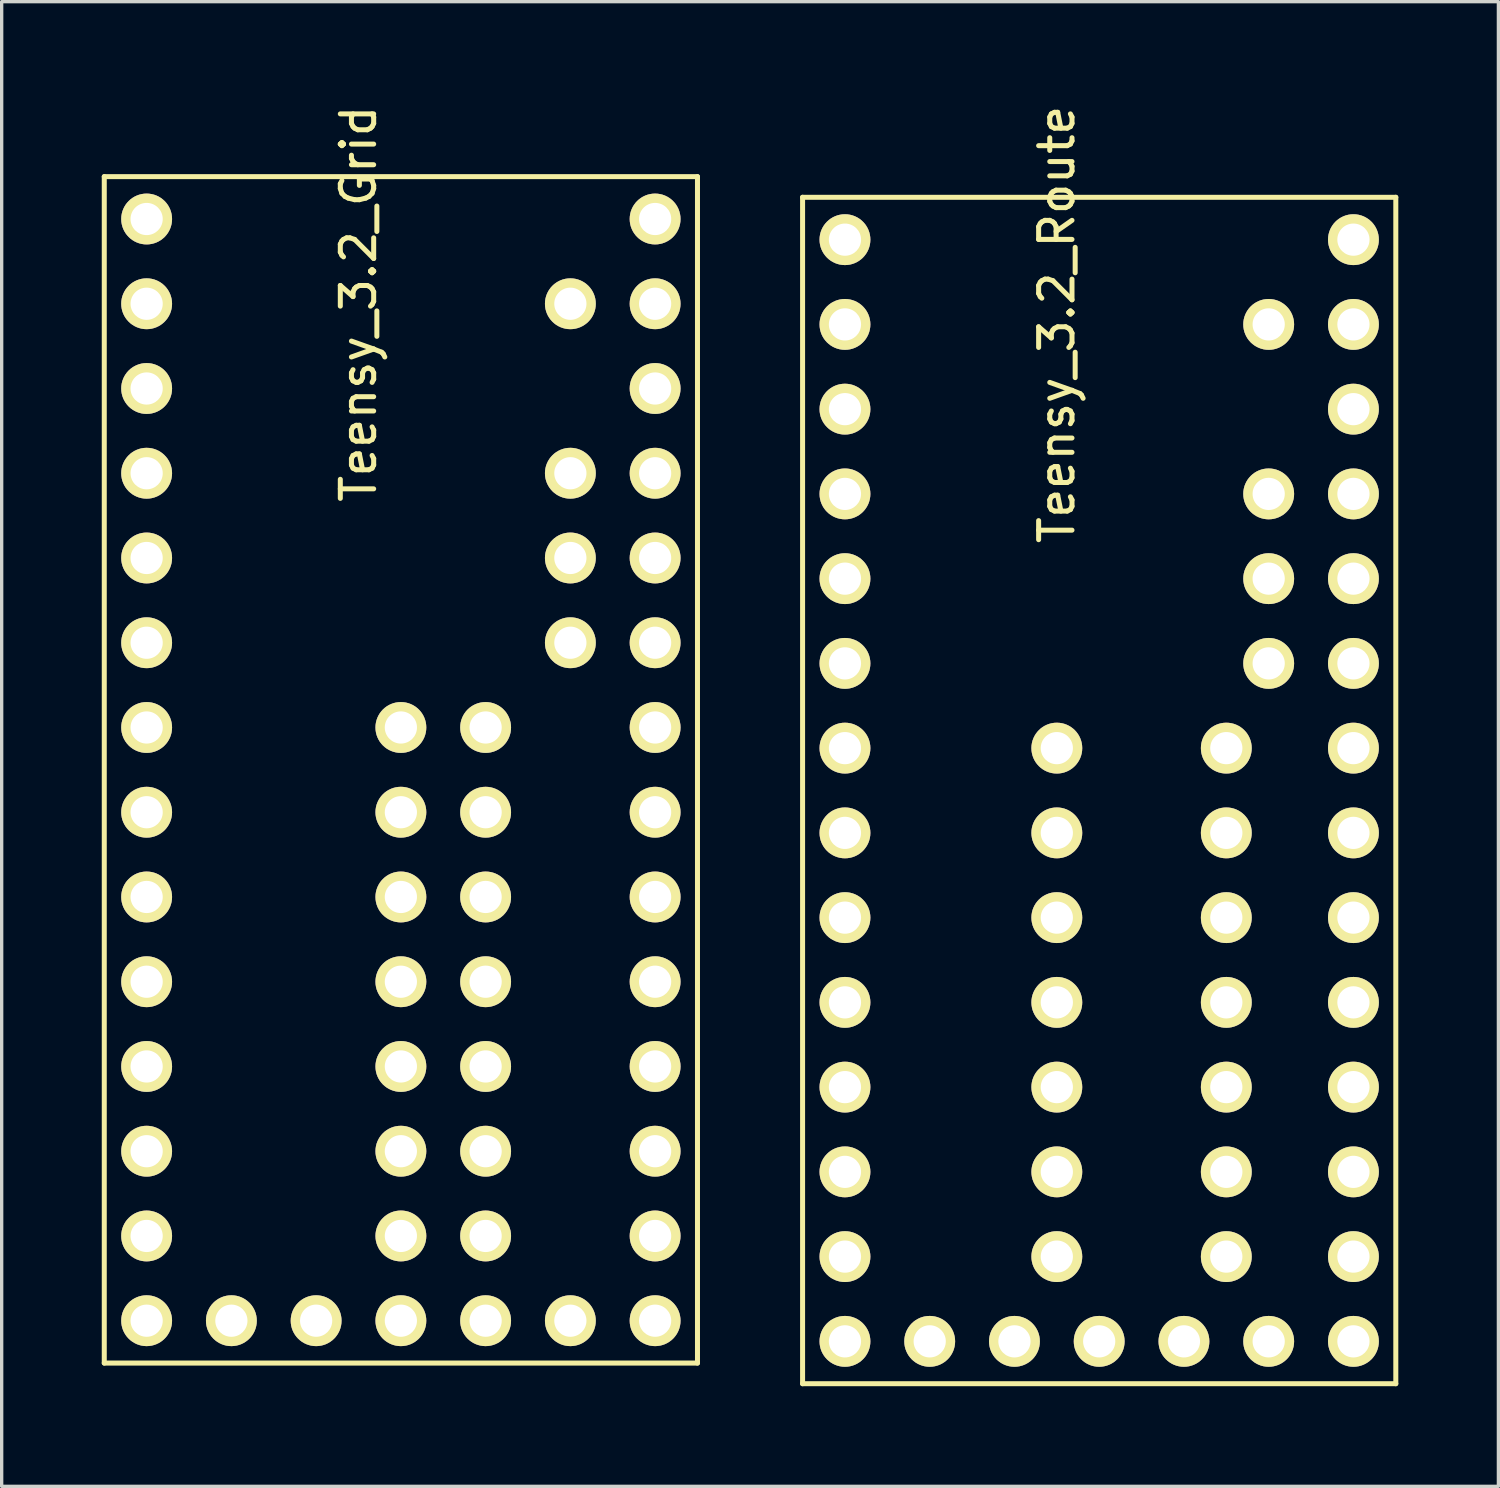
<source format=kicad_pcb>
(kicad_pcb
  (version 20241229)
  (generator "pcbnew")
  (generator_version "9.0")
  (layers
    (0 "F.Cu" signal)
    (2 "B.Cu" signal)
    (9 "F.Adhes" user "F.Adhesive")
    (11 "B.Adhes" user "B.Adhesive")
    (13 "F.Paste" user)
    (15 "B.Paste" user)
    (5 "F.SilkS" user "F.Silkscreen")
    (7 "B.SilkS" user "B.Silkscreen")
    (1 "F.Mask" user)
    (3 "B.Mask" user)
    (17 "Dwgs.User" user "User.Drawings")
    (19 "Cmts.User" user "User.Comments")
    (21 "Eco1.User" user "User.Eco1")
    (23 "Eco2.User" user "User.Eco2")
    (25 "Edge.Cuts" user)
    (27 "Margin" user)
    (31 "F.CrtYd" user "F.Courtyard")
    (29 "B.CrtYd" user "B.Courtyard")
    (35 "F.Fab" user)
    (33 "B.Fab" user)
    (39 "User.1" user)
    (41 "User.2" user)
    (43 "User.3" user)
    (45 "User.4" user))
  (footprint "Teensy_3.2_Route"
    (layer "F.Cu")
    (at 29.895 20.643)
    (property "Reference" "Teensy_3.2_Route" (at -1.27 -13.97 90) (layer "F.SilkS") (effects (font (size 1 1) (thickness 0.15))))
    (attr through_hole)
    (fp_line (start -8.89 -17.78) (end -8.89 17.78) (stroke (width 0.15) (type solid)) (layer "F.SilkS"))
    (fp_line (start -8.89 17.78) (end 8.89 17.78) (stroke (width 0.15) (type solid)) (layer "F.SilkS"))
    (fp_line (start 8.89 -17.78) (end -8.89 -17.78) (stroke (width 0.15) (type solid)) (layer "F.SilkS"))
    (fp_line (start 8.89 17.78) (end 8.89 -17.78) (stroke (width 0.15) (type solid)) (layer "F.SilkS"))
    (pad "0" thru_hole circle (at -7.62 -13.97) (size 1.524 1.524) (drill 0.965) (layers "*.Cu" "*.Mask" "F.SilkS"))
    (pad "1" thru_hole circle (at -7.62 -11.43) (size 1.524 1.524) (drill 0.965) (layers "*.Cu" "*.Mask" "F.SilkS"))
    (pad "2" thru_hole circle (at -7.62 -8.89) (size 1.524 1.524) (drill 0.965) (layers "*.Cu" "*.Mask" "F.SilkS"))
    (pad "3" thru_hole circle (at -7.62 -6.35) (size 1.524 1.524) (drill 0.965) (layers "*.Cu" "*.Mask" "F.SilkS"))
    (pad "4" thru_hole circle (at -7.62 -3.81) (size 1.524 1.524) (drill 0.965) (layers "*.Cu" "*.Mask" "F.SilkS"))
    (pad "5" thru_hole circle (at -7.62 -1.27) (size 1.524 1.524) (drill 0.965) (layers "*.Cu" "*.Mask" "F.SilkS"))
    (pad "6" thru_hole circle (at -7.62 1.27) (size 1.524 1.524) (drill 0.965) (layers "*.Cu" "*.Mask" "F.SilkS"))
    (pad "7" thru_hole circle (at -7.62 3.81) (size 1.524 1.524) (drill 0.965) (layers "*.Cu" "*.Mask" "F.SilkS"))
    (pad "8" thru_hole circle (at -7.62 6.35) (size 1.524 1.524) (drill 0.965) (layers "*.Cu" "*.Mask" "F.SilkS"))
    (pad "9" thru_hole circle (at -7.62 8.89) (size 1.524 1.524) (drill 0.965) (layers "*.Cu" "*.Mask" "F.SilkS"))
    (pad "10" thru_hole circle (at -7.62 11.43) (size 1.524 1.524) (drill 0.965) (layers "*.Cu" "*.Mask" "F.SilkS"))
    (pad "11" thru_hole circle (at -7.62 13.97) (size 1.524 1.524) (drill 0.965) (layers "*.Cu" "*.Mask" "F.SilkS"))
    (pad "12" thru_hole circle (at -7.62 16.51) (size 1.524 1.524) (drill 0.965) (layers "*.Cu" "*.Mask" "F.SilkS"))
    (pad "13" thru_hole circle (at 7.62 16.51) (size 1.524 1.524) (drill 0.965) (layers "*.Cu" "*.Mask" "F.SilkS"))
    (pad "14" thru_hole circle (at 7.62 13.97) (size 1.524 1.524) (drill 0.965) (layers "*.Cu" "*.Mask" "F.SilkS"))
    (pad "15" thru_hole circle (at 7.62 11.43) (size 1.524 1.524) (drill 0.965) (layers "*.Cu" "*.Mask" "F.SilkS"))
    (pad "16" thru_hole circle (at 7.62 8.89) (size 1.524 1.524) (drill 0.965) (layers "*.Cu" "*.Mask" "F.SilkS"))
    (pad "17" thru_hole circle (at 7.62 6.35) (size 1.524 1.524) (drill 0.965) (layers "*.Cu" "*.Mask" "F.SilkS"))
    (pad "18" thru_hole circle (at 7.62 3.81) (size 1.524 1.524) (drill 0.965) (layers "*.Cu" "*.Mask" "F.SilkS"))
    (pad "19" thru_hole circle (at 7.62 1.27) (size 1.524 1.524) (drill 0.965) (layers "*.Cu" "*.Mask" "F.SilkS"))
    (pad "20" thru_hole circle (at 7.62 -1.27) (size 1.524 1.524) (drill 0.965) (layers "*.Cu" "*.Mask" "F.SilkS"))
    (pad "21" thru_hole circle (at 7.62 -3.81) (size 1.524 1.524) (drill 0.965) (layers "*.Cu" "*.Mask" "F.SilkS"))
    (pad "22" thru_hole circle (at 7.62 -6.35) (size 1.524 1.524) (drill 0.965) (layers "*.Cu" "*.Mask" "F.SilkS"))
    (pad "23" thru_hole circle (at 7.62 -8.89) (size 1.524 1.524) (drill 0.965) (layers "*.Cu" "*.Mask" "F.SilkS"))
    (pad "24" thru_hole circle (at -1.27 3.81) (size 1.524 1.524) (drill 0.965) (layers "*.Cu" "*.Mask" "F.SilkS"))
    (pad "25" thru_hole circle (at -1.27 6.35) (size 1.524 1.524) (drill 0.965) (layers "*.Cu" "*.Mask" "F.SilkS"))
    (pad "26" thru_hole circle (at -1.27 8.89) (size 1.524 1.524) (drill 0.965) (layers "*.Cu" "*.Mask" "F.SilkS"))
    (pad "27" thru_hole circle (at -1.27 11.43) (size 1.524 1.524) (drill 0.965) (layers "*.Cu" "*.Mask" "F.SilkS"))
    (pad "28" thru_hole circle (at -1.27 13.97) (size 1.524 1.524) (drill 0.965) (layers "*.Cu" "*.Mask" "F.SilkS"))
    (pad "29" thru_hole circle (at 3.81 13.97) (size 1.524 1.524) (drill 0.965) (layers "*.Cu" "*.Mask" "F.SilkS"))
    (pad "30" thru_hole circle (at 3.81 11.43) (size 1.524 1.524) (drill 0.965) (layers "*.Cu" "*.Mask" "F.SilkS"))
    (pad "31" thru_hole circle (at 3.81 8.89) (size 1.524 1.524) (drill 0.965) (layers "*.Cu" "*.Mask" "F.SilkS"))
    (pad "32" thru_hole circle (at 3.81 6.35) (size 1.524 1.524) (drill 0.965) (layers "*.Cu" "*.Mask" "F.SilkS"))
    (pad "33" thru_hole circle (at 3.81 3.81) (size 1.524 1.524) (drill 0.965) (layers "*.Cu" "*.Mask" "F.SilkS"))
    (pad "34" thru_hole circle (at 7.62 -16.51) (size 1.524 1.524) (drill 0.965) (layers "*.Cu" "*.Mask" "F.SilkS"))
    (pad "35" thru_hole circle (at 7.62 -13.97) (size 1.524 1.524) (drill 0.965) (layers "*.Cu" "*.Mask" "F.SilkS"))
    (pad "36" thru_hole circle (at 7.62 -11.43) (size 1.524 1.524) (drill 0.965) (layers "*.Cu" "*.Mask" "F.SilkS"))
    (pad "37" thru_hole circle (at 5.08 16.51) (size 1.524 1.524) (drill 0.965) (layers "*.Cu" "*.Mask" "F.SilkS"))
    (pad "38" thru_hole circle (at 2.54 16.51) (size 1.524 1.524) (drill 0.965) (layers "*.Cu" "*.Mask" "F.SilkS"))
    (pad "39" thru_hole circle (at 0 16.51) (size 1.524 1.524) (drill 0.965) (layers "*.Cu" "*.Mask" "F.SilkS"))
    (pad "40" thru_hole circle (at -2.54 16.51) (size 1.524 1.524) (drill 0.965) (layers "*.Cu" "*.Mask" "F.SilkS"))
    (pad "41" thru_hole circle (at -5.08 16.51) (size 1.524 1.524) (drill 0.965) (layers "*.Cu" "*.Mask" "F.SilkS"))
    (pad "42" thru_hole circle (at -7.62 -16.51) (size 1.524 1.524) (drill 0.965) (layers "*.Cu" "*.Mask" "F.SilkS"))
    (pad "43" thru_hole circle (at 3.81 1.27) (size 1.524 1.524) (drill 0.965) (layers "*.Cu" "*.Mask" "F.SilkS"))
    (pad "44" thru_hole circle (at 5.08 -6.35) (size 1.524 1.524) (drill 0.965) (layers "*.Cu" "*.Mask" "F.SilkS"))
    (pad "45" thru_hole circle (at 5.08 -3.81) (size 1.524 1.524) (drill 0.965) (layers "*.Cu" "*.Mask" "F.SilkS"))
    (pad "46" thru_hole circle (at -1.27 -1.27) (size 1.524 1.524) (drill 0.965) (layers "*.Cu" "*.Mask" "F.SilkS"))
    (pad "47" thru_hole circle (at 3.81 -1.27) (size 1.524 1.524) (drill 0.965) (layers "*.Cu" "*.Mask" "F.SilkS"))
    (pad "48" thru_hole circle (at 5.08 -8.89) (size 1.524 1.524) (drill 0.965) (layers "*.Cu" "*.Mask" "F.SilkS"))
    (pad "49" thru_hole circle (at 5.08 -13.97) (size 1.524 1.524) (drill 0.965) (layers "*.Cu" "*.Mask" "F.SilkS"))
    (pad "50" thru_hole circle (at -1.27 1.27) (size 1.524 1.524) (drill 0.965) (layers "*.Cu" "*.Mask" "F.SilkS")))
  (footprint "Teensy_3.2_Grid"
    (layer "F.Cu")
    (at 8.965 20.024)
    (property "Reference" "Teensy_3.2_Grid" (at -1.27 -13.97 90) (layer "F.SilkS") (effects (font (size 1 1) (thickness 0.15))))
    (attr through_hole)
    (fp_line (start -8.89 -17.78) (end -8.89 17.78) (stroke (width 0.15) (type solid)) (layer "F.SilkS"))
    (fp_line (start -8.89 17.78) (end 8.89 17.78) (stroke (width 0.15) (type solid)) (layer "F.SilkS"))
    (fp_line (start 8.89 -17.78) (end -8.89 -17.78) (stroke (width 0.15) (type solid)) (layer "F.SilkS"))
    (fp_line (start 8.89 17.78) (end 8.89 -17.78) (stroke (width 0.15) (type solid)) (layer "F.SilkS"))
    (pad "0" thru_hole circle (at -7.62 -13.97) (size 1.524 1.524) (drill 0.965) (layers "*.Cu" "*.Mask" "F.SilkS"))
    (pad "1" thru_hole circle (at -7.62 -11.43) (size 1.524 1.524) (drill 0.965) (layers "*.Cu" "*.Mask" "F.SilkS"))
    (pad "2" thru_hole circle (at -7.62 -8.89) (size 1.524 1.524) (drill 0.965) (layers "*.Cu" "*.Mask" "F.SilkS"))
    (pad "3" thru_hole circle (at -7.62 -6.35) (size 1.524 1.524) (drill 0.965) (layers "*.Cu" "*.Mask" "F.SilkS"))
    (pad "4" thru_hole circle (at -7.62 -3.81) (size 1.524 1.524) (drill 0.965) (layers "*.Cu" "*.Mask" "F.SilkS"))
    (pad "5" thru_hole circle (at -7.62 -1.27) (size 1.524 1.524) (drill 0.965) (layers "*.Cu" "*.Mask" "F.SilkS"))
    (pad "6" thru_hole circle (at -7.62 1.27) (size 1.524 1.524) (drill 0.965) (layers "*.Cu" "*.Mask" "F.SilkS"))
    (pad "7" thru_hole circle (at -7.62 3.81) (size 1.524 1.524) (drill 0.965) (layers "*.Cu" "*.Mask" "F.SilkS"))
    (pad "8" thru_hole circle (at -7.62 6.35) (size 1.524 1.524) (drill 0.965) (layers "*.Cu" "*.Mask" "F.SilkS"))
    (pad "9" thru_hole circle (at -7.62 8.89) (size 1.524 1.524) (drill 0.965) (layers "*.Cu" "*.Mask" "F.SilkS"))
    (pad "10" thru_hole circle (at -7.62 11.43) (size 1.524 1.524) (drill 0.965) (layers "*.Cu" "*.Mask" "F.SilkS"))
    (pad "11" thru_hole circle (at -7.62 13.97) (size 1.524 1.524) (drill 0.965) (layers "*.Cu" "*.Mask" "F.SilkS"))
    (pad "12" thru_hole circle (at -7.62 16.51) (size 1.524 1.524) (drill 0.965) (layers "*.Cu" "*.Mask" "F.SilkS"))
    (pad "13" thru_hole circle (at 7.62 16.51) (size 1.524 1.524) (drill 0.965) (layers "*.Cu" "*.Mask" "F.SilkS"))
    (pad "14" thru_hole circle (at 7.62 13.97) (size 1.524 1.524) (drill 0.965) (layers "*.Cu" "*.Mask" "F.SilkS"))
    (pad "15" thru_hole circle (at 7.62 11.43) (size 1.524 1.524) (drill 0.965) (layers "*.Cu" "*.Mask" "F.SilkS"))
    (pad "16" thru_hole circle (at 7.62 8.89) (size 1.524 1.524) (drill 0.965) (layers "*.Cu" "*.Mask" "F.SilkS"))
    (pad "17" thru_hole circle (at 7.62 6.35) (size 1.524 1.524) (drill 0.965) (layers "*.Cu" "*.Mask" "F.SilkS"))
    (pad "18" thru_hole circle (at 7.62 3.81) (size 1.524 1.524) (drill 0.965) (layers "*.Cu" "*.Mask" "F.SilkS"))
    (pad "19" thru_hole circle (at 7.62 1.27) (size 1.524 1.524) (drill 0.965) (layers "*.Cu" "*.Mask" "F.SilkS"))
    (pad "20" thru_hole circle (at 7.62 -1.27) (size 1.524 1.524) (drill 0.965) (layers "*.Cu" "*.Mask" "F.SilkS"))
    (pad "21" thru_hole circle (at 7.62 -3.81) (size 1.524 1.524) (drill 0.965) (layers "*.Cu" "*.Mask" "F.SilkS"))
    (pad "22" thru_hole circle (at 7.62 -6.35) (size 1.524 1.524) (drill 0.965) (layers "*.Cu" "*.Mask" "F.SilkS"))
    (pad "23" thru_hole circle (at 7.62 -8.89) (size 1.524 1.524) (drill 0.965) (layers "*.Cu" "*.Mask" "F.SilkS"))
    (pad "24" thru_hole circle (at 0 3.81) (size 1.524 1.524) (drill 0.965) (layers "*.Cu" "*.Mask" "F.SilkS"))
    (pad "25" thru_hole circle (at 0 6.35) (size 1.524 1.524) (drill 0.965) (layers "*.Cu" "*.Mask" "F.SilkS"))
    (pad "26" thru_hole circle (at 0 8.89) (size 1.524 1.524) (drill 0.965) (layers "*.Cu" "*.Mask" "F.SilkS"))
    (pad "27" thru_hole circle (at 0 11.43) (size 1.524 1.524) (drill 0.965) (layers "*.Cu" "*.Mask" "F.SilkS"))
    (pad "28" thru_hole circle (at 0 13.97) (size 1.524 1.524) (drill 0.965) (layers "*.Cu" "*.Mask" "F.SilkS"))
    (pad "29" thru_hole circle (at 2.54 13.97) (size 1.524 1.524) (drill 0.965) (layers "*.Cu" "*.Mask" "F.SilkS"))
    (pad "30" thru_hole circle (at 2.54 11.43) (size 1.524 1.524) (drill 0.965) (layers "*.Cu" "*.Mask" "F.SilkS"))
    (pad "31" thru_hole circle (at 2.54 8.89) (size 1.524 1.524) (drill 0.965) (layers "*.Cu" "*.Mask" "F.SilkS"))
    (pad "32" thru_hole circle (at 2.54 6.35) (size 1.524 1.524) (drill 0.965) (layers "*.Cu" "*.Mask" "F.SilkS"))
    (pad "33" thru_hole circle (at 2.54 3.81) (size 1.524 1.524) (drill 0.965) (layers "*.Cu" "*.Mask" "F.SilkS"))
    (pad "34" thru_hole circle (at 7.62 -16.51) (size 1.524 1.524) (drill 0.965) (layers "*.Cu" "*.Mask" "F.SilkS"))
    (pad "35" thru_hole circle (at 7.62 -13.97) (size 1.524 1.524) (drill 0.965) (layers "*.Cu" "*.Mask" "F.SilkS"))
    (pad "36" thru_hole circle (at 7.62 -11.43) (size 1.524 1.524) (drill 0.965) (layers "*.Cu" "*.Mask" "F.SilkS"))
    (pad "37" thru_hole circle (at 5.08 16.51) (size 1.524 1.524) (drill 0.965) (layers "*.Cu" "*.Mask" "F.SilkS"))
    (pad "38" thru_hole circle (at 2.54 16.51) (size 1.524 1.524) (drill 0.965) (layers "*.Cu" "*.Mask" "F.SilkS"))
    (pad "39" thru_hole circle (at 0 16.51) (size 1.524 1.524) (drill 0.965) (layers "*.Cu" "*.Mask" "F.SilkS"))
    (pad "40" thru_hole circle (at -2.54 16.51) (size 1.524 1.524) (drill 0.965) (layers "*.Cu" "*.Mask" "F.SilkS"))
    (pad "41" thru_hole circle (at -5.08 16.51) (size 1.524 1.524) (drill 0.965) (layers "*.Cu" "*.Mask" "F.SilkS"))
    (pad "42" thru_hole circle (at -7.62 -16.51) (size 1.524 1.524) (drill 0.965) (layers "*.Cu" "*.Mask" "F.SilkS"))
    (pad "43" thru_hole circle (at 2.54 1.27) (size 1.524 1.524) (drill 0.965) (layers "*.Cu" "*.Mask" "F.SilkS"))
    (pad "44" thru_hole circle (at 5.08 -6.35) (size 1.524 1.524) (drill 0.965) (layers "*.Cu" "*.Mask" "F.SilkS"))
    (pad "45" thru_hole circle (at 5.08 -3.81) (size 1.524 1.524) (drill 0.965) (layers "*.Cu" "*.Mask" "F.SilkS"))
    (pad "46" thru_hole circle (at 0 -1.27) (size 1.524 1.524) (drill 0.965) (layers "*.Cu" "*.Mask" "F.SilkS"))
    (pad "47" thru_hole circle (at 2.54 -1.27) (size 1.524 1.524) (drill 0.965) (layers "*.Cu" "*.Mask" "F.SilkS"))
    (pad "48" thru_hole circle (at 5.08 -8.89) (size 1.524 1.524) (drill 0.965) (layers "*.Cu" "*.Mask" "F.SilkS"))
    (pad "49" thru_hole circle (at 5.08 -13.97) (size 1.524 1.524) (drill 0.965) (layers "*.Cu" "*.Mask" "F.SilkS"))
    (pad "50" thru_hole circle (at 0 1.27) (size 1.524 1.524) (drill 0.965) (layers "*.Cu" "*.Mask" "F.SilkS")))
  (gr_rect
    (start -3 -3)
    (end 41.86 41.498)
    (stroke (width 0.1) (type default))
    (fill no)
    (layer "Edge.Cuts")))
</source>
